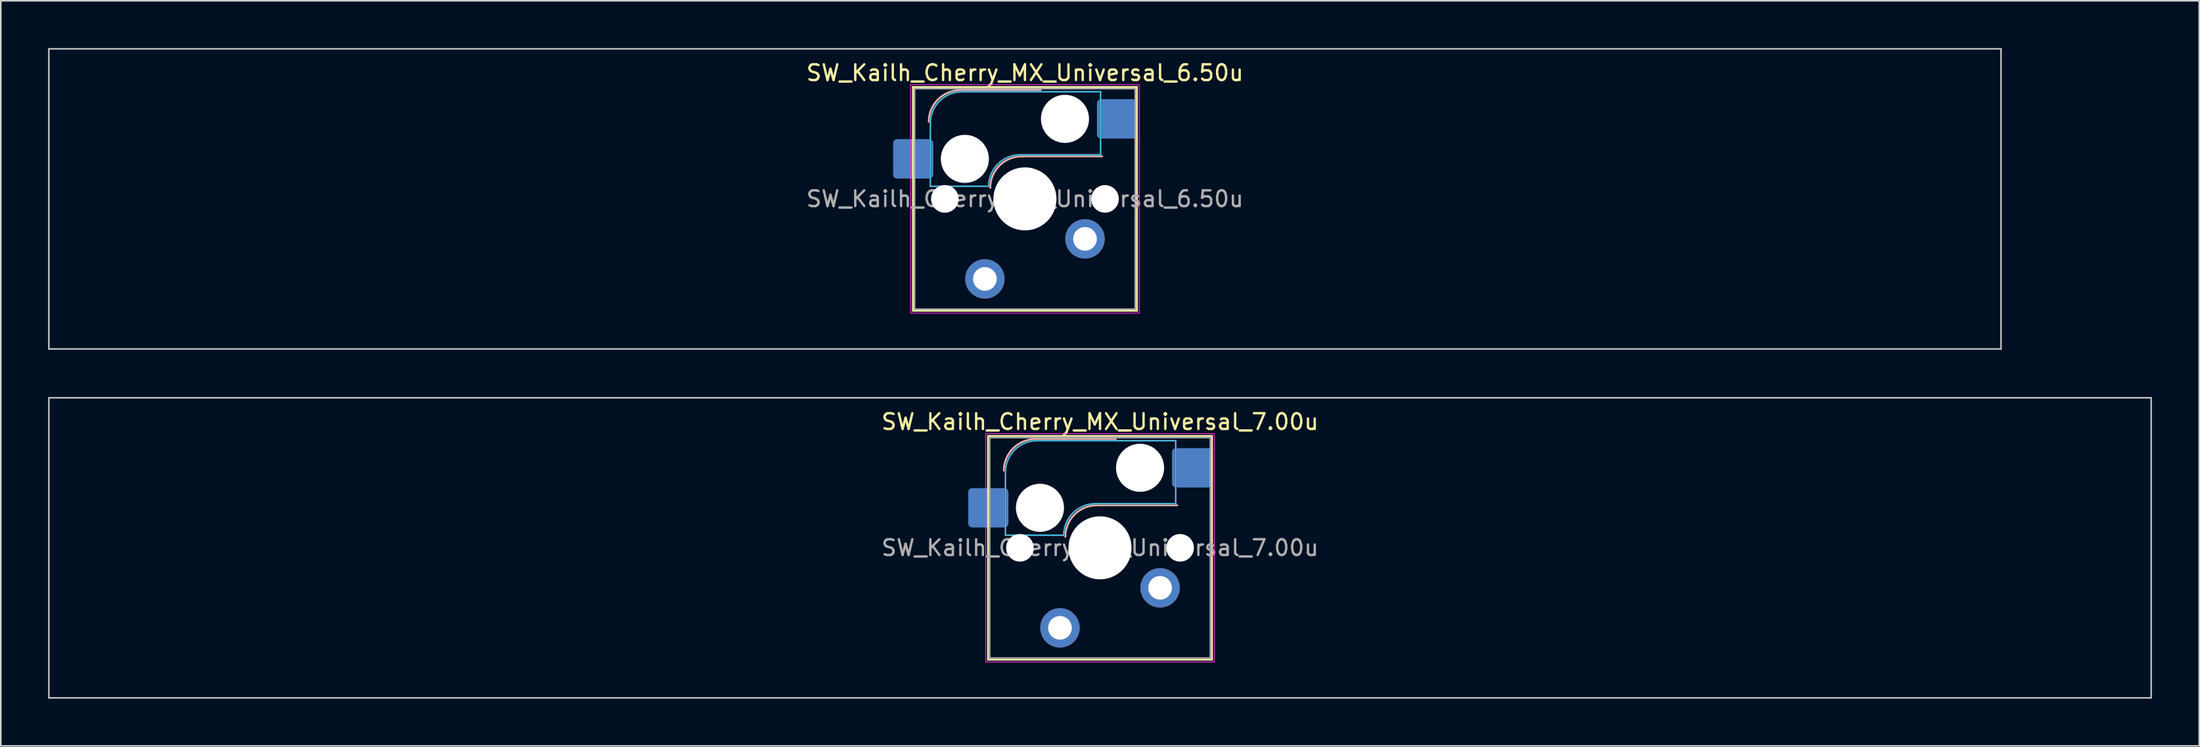
<source format=kicad_pcb>
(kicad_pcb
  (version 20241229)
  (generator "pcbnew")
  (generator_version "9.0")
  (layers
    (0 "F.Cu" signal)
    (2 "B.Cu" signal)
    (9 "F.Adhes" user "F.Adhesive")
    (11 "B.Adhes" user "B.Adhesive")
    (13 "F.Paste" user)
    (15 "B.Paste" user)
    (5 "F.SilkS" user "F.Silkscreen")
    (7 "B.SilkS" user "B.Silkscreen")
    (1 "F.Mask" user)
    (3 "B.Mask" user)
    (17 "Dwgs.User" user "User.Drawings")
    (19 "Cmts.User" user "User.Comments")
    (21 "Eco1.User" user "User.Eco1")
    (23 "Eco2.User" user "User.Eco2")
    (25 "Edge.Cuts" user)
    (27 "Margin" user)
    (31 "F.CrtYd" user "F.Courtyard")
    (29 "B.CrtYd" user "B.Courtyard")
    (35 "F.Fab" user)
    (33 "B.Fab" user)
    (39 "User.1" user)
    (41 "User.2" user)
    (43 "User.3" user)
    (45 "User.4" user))
  (footprint "SW_Kailh_Cherry_MX_Universal_6.50u"
    (layer "F.Cu")
    (at 61.962 9.575)
    (property "Reference" "SW_Kailh_Cherry_MX_Universal_6.50u" (at 0 -8 0) (layer "F.SilkS") (effects (font (size 1 1) (thickness 0.15))))
    (attr through_hole)
    (fp_line (start -7.1 -7.1) (end -7.1 7.1) (stroke (width 0.12) (type solid)) (layer "F.SilkS"))
    (fp_line (start -7.1 7.1) (end 7.1 7.1) (stroke (width 0.12) (type solid)) (layer "F.SilkS"))
    (fp_line (start 7.1 -7.1) (end -7.1 -7.1) (stroke (width 0.12) (type solid)) (layer "F.SilkS"))
    (fp_line (start 7.1 7.1) (end 7.1 -7.1) (stroke (width 0.12) (type solid)) (layer "F.SilkS"))
    (fp_line (start -4.1 -6.9) (end 1 -6.9) (stroke (width 0.12) (type solid)) (layer "B.SilkS"))
    (fp_line (start -0.2 -2.7) (end 4.9 -2.7) (stroke (width 0.12) (type solid)) (layer "B.SilkS"))
    (fp_arc (start -6.1 -4.9) (mid -5.514214 -6.314214) (end -4.1 -6.9) (stroke (width 0.12) (type solid)) (layer "B.SilkS"))
    (fp_arc (start -2.2 -0.7) (mid -1.614214 -2.114214) (end -0.2 -2.7) (stroke (width 0.12) (type solid)) (layer "B.SilkS"))
    (fp_line (start -61.913 -9.525) (end -61.913 9.525) (stroke (width 0.1) (type solid)) (layer "Dwgs.User"))
    (fp_line (start -61.913 9.525) (end 61.913 9.525) (stroke (width 0.1) (type solid)) (layer "Dwgs.User"))
    (fp_line (start 61.913 -9.525) (end -61.913 -9.525) (stroke (width 0.1) (type solid)) (layer "Dwgs.User"))
    (fp_line (start 61.913 9.525) (end 61.913 -9.525) (stroke (width 0.1) (type solid)) (layer "Dwgs.User"))
    (fp_line (start -7.8 -6) (end -7 -6) (stroke (width 0.1) (type solid)) (layer "Eco1.User"))
    (fp_line (start -7.8 -2.9) (end -7.8 -6) (stroke (width 0.1) (type solid)) (layer "Eco1.User"))
    (fp_line (start -7.8 2.9) (end -7 2.9) (stroke (width 0.1) (type solid)) (layer "Eco1.User"))
    (fp_line (start -7.8 6) (end -7.8 2.9) (stroke (width 0.1) (type solid)) (layer "Eco1.User"))
    (fp_line (start -7 -7) (end 7 -7) (stroke (width 0.1) (type solid)) (layer "Eco1.User"))
    (fp_line (start -7 -6) (end -7 -7) (stroke (width 0.1) (type solid)) (layer "Eco1.User"))
    (fp_line (start -7 -2.9) (end -7.8 -2.9) (stroke (width 0.1) (type solid)) (layer "Eco1.User"))
    (fp_line (start -7 2.9) (end -7 -2.9) (stroke (width 0.1) (type solid)) (layer "Eco1.User"))
    (fp_line (start -7 6) (end -7.8 6) (stroke (width 0.1) (type solid)) (layer "Eco1.User"))
    (fp_line (start -7 7) (end -7 6) (stroke (width 0.1) (type solid)) (layer "Eco1.User"))
    (fp_line (start 7 -7) (end 7 -6) (stroke (width 0.1) (type solid)) (layer "Eco1.User"))
    (fp_line (start 7 -6) (end 7.8 -6) (stroke (width 0.1) (type solid)) (layer "Eco1.User"))
    (fp_line (start 7 -2.9) (end 7 2.9) (stroke (width 0.1) (type solid)) (layer "Eco1.User"))
    (fp_line (start 7 2.9) (end 7.8 2.9) (stroke (width 0.1) (type solid)) (layer "Eco1.User"))
    (fp_line (start 7 6) (end 7 7) (stroke (width 0.1) (type solid)) (layer "Eco1.User"))
    (fp_line (start 7 7) (end -7 7) (stroke (width 0.1) (type solid)) (layer "Eco1.User"))
    (fp_line (start 7.8 -6) (end 7.8 -2.9) (stroke (width 0.1) (type solid)) (layer "Eco1.User"))
    (fp_line (start 7.8 -2.9) (end 7 -2.9) (stroke (width 0.1) (type solid)) (layer "Eco1.User"))
    (fp_line (start 7.8 2.9) (end 7.8 6) (stroke (width 0.1) (type solid)) (layer "Eco1.User"))
    (fp_line (start 7.8 6) (end 7 6) (stroke (width 0.1) (type solid)) (layer "Eco1.User"))
    (fp_line (start -6 -0.8) (end -6 -4.8) (stroke (width 0.05) (type solid)) (layer "B.CrtYd"))
    (fp_line (start -6 -0.8) (end -2.3 -0.8) (stroke (width 0.05) (type solid)) (layer "B.CrtYd"))
    (fp_line (start -4 -6.8) (end 4.8 -6.8) (stroke (width 0.05) (type solid)) (layer "B.CrtYd"))
    (fp_line (start -0.3 -2.8) (end 4.8 -2.8) (stroke (width 0.05) (type solid)) (layer "B.CrtYd"))
    (fp_line (start 4.8 -6.8) (end 4.8 -2.8) (stroke (width 0.05) (type solid)) (layer "B.CrtYd"))
    (fp_arc (start -6 -4.8) (mid -5.414214 -6.214214) (end -4 -6.8) (stroke (width 0.05) (type solid)) (layer "B.CrtYd"))
    (fp_arc (start -2.3 -0.8) (mid -1.714214 -2.214214) (end -0.3 -2.8) (stroke (width 0.05) (type solid)) (layer "B.CrtYd"))
    (fp_line (start -7.25 -7.25) (end -7.25 7.25) (stroke (width 0.05) (type solid)) (layer "F.CrtYd"))
    (fp_line (start -7.25 7.25) (end 7.25 7.25) (stroke (width 0.05) (type solid)) (layer "F.CrtYd"))
    (fp_line (start 7.25 -7.25) (end -7.25 -7.25) (stroke (width 0.05) (type solid)) (layer "F.CrtYd"))
    (fp_line (start 7.25 7.25) (end 7.25 -7.25) (stroke (width 0.05) (type solid)) (layer "F.CrtYd"))
    (fp_line (start -6 -0.8) (end -6 -4.8) (stroke (width 0.12) (type solid)) (layer "B.Fab"))
    (fp_line (start -6 -0.8) (end -2.3 -0.8) (stroke (width 0.12) (type solid)) (layer "B.Fab"))
    (fp_line (start -4 -6.8) (end 4.8 -6.8) (stroke (width 0.12) (type solid)) (layer "B.Fab"))
    (fp_line (start -0.3 -2.8) (end 4.8 -2.8) (stroke (width 0.12) (type solid)) (layer "B.Fab"))
    (fp_line (start 4.8 -6.8) (end 4.8 -2.8) (stroke (width 0.12) (type solid)) (layer "B.Fab"))
    (fp_arc (start -6 -4.8) (mid -5.414214 -6.214214) (end -4 -6.8) (stroke (width 0.12) (type solid)) (layer "B.Fab"))
    (fp_arc (start -2.3 -0.8) (mid -1.714214 -2.214214) (end -0.3 -2.8) (stroke (width 0.12) (type solid)) (layer "B.Fab"))
    (fp_line (start -7 -7) (end -7 7) (stroke (width 0.1) (type solid)) (layer "F.Fab"))
    (fp_line (start -7 7) (end 7 7) (stroke (width 0.1) (type solid)) (layer "F.Fab"))
    (fp_line (start 7 -7) (end -7 -7) (stroke (width 0.1) (type solid)) (layer "F.Fab"))
    (fp_line (start 7 7) (end 7 -7) (stroke (width 0.1) (type solid)) (layer "F.Fab"))
    (fp_text user "${REFERENCE}" (at 0 0 0) (layer "F.Fab") (effects (font (size 1 1) (thickness 0.15))))
    (pad "" np_thru_hole circle (at -5.08 0) (size 1.75 1.75) (drill 1.75) (layers "*.Cu" "*.Mask"))
    (pad "" np_thru_hole circle (at -3.81 -2.54) (size 3.05 3.05) (drill 3.05) (layers "*.Cu" "*.Mask"))
    (pad "" np_thru_hole circle (at 0 0) (size 4 4) (drill 4) (layers "*.Cu" "*.Mask"))
    (pad "" np_thru_hole circle (at 2.54 -5.08) (size 3.05 3.05) (drill 3.05) (layers "*.Cu" "*.Mask"))
    (pad "" np_thru_hole circle (at 5.08 0) (size 1.75 1.75) (drill 1.75) (layers "*.Cu" "*.Mask"))
    (pad "1" smd roundrect (at -7.085 -2.54) (size 2.55 2.5) (layers "B.Cu" "B.Mask" "B.Paste") (roundrect_rratio 0.1))
    (pad "1" thru_hole circle (at -2.54 5.08) (size 2.5 2.5) (drill 1.5) (layers "*.Cu" "*.Mask"))
    (pad "2" thru_hole circle (at 3.81 2.54) (size 2.5 2.5) (drill 1.5) (layers "*.Cu" "*.Mask"))
    (pad "2" smd roundrect (at 5.842 -5.08) (size 2.55 2.5) (layers "B.Cu" "B.Mask" "B.Paste") (roundrect_rratio 0.1)))
  (footprint "SW_Kailh_Cherry_MX_Universal_7.00u"
    (layer "F.Cu")
    (at 66.725 31.725)
    (property "Reference" "SW_Kailh_Cherry_MX_Universal_7.00u" (at 0 -8 0) (layer "F.SilkS") (effects (font (size 1 1) (thickness 0.15))))
    (attr through_hole)
    (fp_line (start -7.1 -7.1) (end -7.1 7.1) (stroke (width 0.12) (type solid)) (layer "F.SilkS"))
    (fp_line (start -7.1 7.1) (end 7.1 7.1) (stroke (width 0.12) (type solid)) (layer "F.SilkS"))
    (fp_line (start 7.1 -7.1) (end -7.1 -7.1) (stroke (width 0.12) (type solid)) (layer "F.SilkS"))
    (fp_line (start 7.1 7.1) (end 7.1 -7.1) (stroke (width 0.12) (type solid)) (layer "F.SilkS"))
    (fp_line (start -4.1 -6.9) (end 1 -6.9) (stroke (width 0.12) (type solid)) (layer "B.SilkS"))
    (fp_line (start -0.2 -2.7) (end 4.9 -2.7) (stroke (width 0.12) (type solid)) (layer "B.SilkS"))
    (fp_arc (start -6.1 -4.9) (mid -5.514214 -6.314214) (end -4.1 -6.9) (stroke (width 0.12) (type solid)) (layer "B.SilkS"))
    (fp_arc (start -2.2 -0.7) (mid -1.614214 -2.114214) (end -0.2 -2.7) (stroke (width 0.12) (type solid)) (layer "B.SilkS"))
    (fp_line (start -66.675 -9.525) (end -66.675 9.525) (stroke (width 0.1) (type solid)) (layer "Dwgs.User"))
    (fp_line (start -66.675 9.525) (end 66.675 9.525) (stroke (width 0.1) (type solid)) (layer "Dwgs.User"))
    (fp_line (start 66.675 -9.525) (end -66.675 -9.525) (stroke (width 0.1) (type solid)) (layer "Dwgs.User"))
    (fp_line (start 66.675 9.525) (end 66.675 -9.525) (stroke (width 0.1) (type solid)) (layer "Dwgs.User"))
    (fp_line (start -7.8 -6) (end -7 -6) (stroke (width 0.1) (type solid)) (layer "Eco1.User"))
    (fp_line (start -7.8 -2.9) (end -7.8 -6) (stroke (width 0.1) (type solid)) (layer "Eco1.User"))
    (fp_line (start -7.8 2.9) (end -7 2.9) (stroke (width 0.1) (type solid)) (layer "Eco1.User"))
    (fp_line (start -7.8 6) (end -7.8 2.9) (stroke (width 0.1) (type solid)) (layer "Eco1.User"))
    (fp_line (start -7 -7) (end 7 -7) (stroke (width 0.1) (type solid)) (layer "Eco1.User"))
    (fp_line (start -7 -6) (end -7 -7) (stroke (width 0.1) (type solid)) (layer "Eco1.User"))
    (fp_line (start -7 -2.9) (end -7.8 -2.9) (stroke (width 0.1) (type solid)) (layer "Eco1.User"))
    (fp_line (start -7 2.9) (end -7 -2.9) (stroke (width 0.1) (type solid)) (layer "Eco1.User"))
    (fp_line (start -7 6) (end -7.8 6) (stroke (width 0.1) (type solid)) (layer "Eco1.User"))
    (fp_line (start -7 7) (end -7 6) (stroke (width 0.1) (type solid)) (layer "Eco1.User"))
    (fp_line (start 7 -7) (end 7 -6) (stroke (width 0.1) (type solid)) (layer "Eco1.User"))
    (fp_line (start 7 -6) (end 7.8 -6) (stroke (width 0.1) (type solid)) (layer "Eco1.User"))
    (fp_line (start 7 -2.9) (end 7 2.9) (stroke (width 0.1) (type solid)) (layer "Eco1.User"))
    (fp_line (start 7 2.9) (end 7.8 2.9) (stroke (width 0.1) (type solid)) (layer "Eco1.User"))
    (fp_line (start 7 6) (end 7 7) (stroke (width 0.1) (type solid)) (layer "Eco1.User"))
    (fp_line (start 7 7) (end -7 7) (stroke (width 0.1) (type solid)) (layer "Eco1.User"))
    (fp_line (start 7.8 -6) (end 7.8 -2.9) (stroke (width 0.1) (type solid)) (layer "Eco1.User"))
    (fp_line (start 7.8 -2.9) (end 7 -2.9) (stroke (width 0.1) (type solid)) (layer "Eco1.User"))
    (fp_line (start 7.8 2.9) (end 7.8 6) (stroke (width 0.1) (type solid)) (layer "Eco1.User"))
    (fp_line (start 7.8 6) (end 7 6) (stroke (width 0.1) (type solid)) (layer "Eco1.User"))
    (fp_line (start -6 -0.8) (end -6 -4.8) (stroke (width 0.05) (type solid)) (layer "B.CrtYd"))
    (fp_line (start -6 -0.8) (end -2.3 -0.8) (stroke (width 0.05) (type solid)) (layer "B.CrtYd"))
    (fp_line (start -4 -6.8) (end 4.8 -6.8) (stroke (width 0.05) (type solid)) (layer "B.CrtYd"))
    (fp_line (start -0.3 -2.8) (end 4.8 -2.8) (stroke (width 0.05) (type solid)) (layer "B.CrtYd"))
    (fp_line (start 4.8 -6.8) (end 4.8 -2.8) (stroke (width 0.05) (type solid)) (layer "B.CrtYd"))
    (fp_arc (start -6 -4.8) (mid -5.414214 -6.214214) (end -4 -6.8) (stroke (width 0.05) (type solid)) (layer "B.CrtYd"))
    (fp_arc (start -2.3 -0.8) (mid -1.714214 -2.214214) (end -0.3 -2.8) (stroke (width 0.05) (type solid)) (layer "B.CrtYd"))
    (fp_line (start -7.25 -7.25) (end -7.25 7.25) (stroke (width 0.05) (type solid)) (layer "F.CrtYd"))
    (fp_line (start -7.25 7.25) (end 7.25 7.25) (stroke (width 0.05) (type solid)) (layer "F.CrtYd"))
    (fp_line (start 7.25 -7.25) (end -7.25 -7.25) (stroke (width 0.05) (type solid)) (layer "F.CrtYd"))
    (fp_line (start 7.25 7.25) (end 7.25 -7.25) (stroke (width 0.05) (type solid)) (layer "F.CrtYd"))
    (fp_line (start -6 -0.8) (end -6 -4.8) (stroke (width 0.12) (type solid)) (layer "B.Fab"))
    (fp_line (start -6 -0.8) (end -2.3 -0.8) (stroke (width 0.12) (type solid)) (layer "B.Fab"))
    (fp_line (start -4 -6.8) (end 4.8 -6.8) (stroke (width 0.12) (type solid)) (layer "B.Fab"))
    (fp_line (start -0.3 -2.8) (end 4.8 -2.8) (stroke (width 0.12) (type solid)) (layer "B.Fab"))
    (fp_line (start 4.8 -6.8) (end 4.8 -2.8) (stroke (width 0.12) (type solid)) (layer "B.Fab"))
    (fp_arc (start -6 -4.8) (mid -5.414214 -6.214214) (end -4 -6.8) (stroke (width 0.12) (type solid)) (layer "B.Fab"))
    (fp_arc (start -2.3 -0.8) (mid -1.714214 -2.214214) (end -0.3 -2.8) (stroke (width 0.12) (type solid)) (layer "B.Fab"))
    (fp_line (start -7 -7) (end -7 7) (stroke (width 0.1) (type solid)) (layer "F.Fab"))
    (fp_line (start -7 7) (end 7 7) (stroke (width 0.1) (type solid)) (layer "F.Fab"))
    (fp_line (start 7 -7) (end -7 -7) (stroke (width 0.1) (type solid)) (layer "F.Fab"))
    (fp_line (start 7 7) (end 7 -7) (stroke (width 0.1) (type solid)) (layer "F.Fab"))
    (fp_text user "${REFERENCE}" (at 0 0 0) (layer "F.Fab") (effects (font (size 1 1) (thickness 0.15))))
    (pad "" np_thru_hole circle (at -5.08 0) (size 1.75 1.75) (drill 1.75) (layers "*.Cu" "*.Mask"))
    (pad "" np_thru_hole circle (at -3.81 -2.54) (size 3.05 3.05) (drill 3.05) (layers "*.Cu" "*.Mask"))
    (pad "" np_thru_hole circle (at 0 0) (size 4 4) (drill 4) (layers "*.Cu" "*.Mask"))
    (pad "" np_thru_hole circle (at 2.54 -5.08) (size 3.05 3.05) (drill 3.05) (layers "*.Cu" "*.Mask"))
    (pad "" np_thru_hole circle (at 5.08 0) (size 1.75 1.75) (drill 1.75) (layers "*.Cu" "*.Mask"))
    (pad "1" smd roundrect (at -7.085 -2.54) (size 2.55 2.5) (layers "B.Cu" "B.Mask" "B.Paste") (roundrect_rratio 0.1))
    (pad "1" thru_hole circle (at -2.54 5.08) (size 2.5 2.5) (drill 1.5) (layers "*.Cu" "*.Mask"))
    (pad "2" thru_hole circle (at 3.81 2.54) (size 2.5 2.5) (drill 1.5) (layers "*.Cu" "*.Mask"))
    (pad "2" smd roundrect (at 5.842 -5.08) (size 2.55 2.5) (layers "B.Cu" "B.Mask" "B.Paste") (roundrect_rratio 0.1)))
  (gr_rect
    (start -3 -3)
    (end 136.45 44.3)
    (stroke (width 0.1) (type default))
    (fill no)
    (layer "Edge.Cuts")))
</source>
